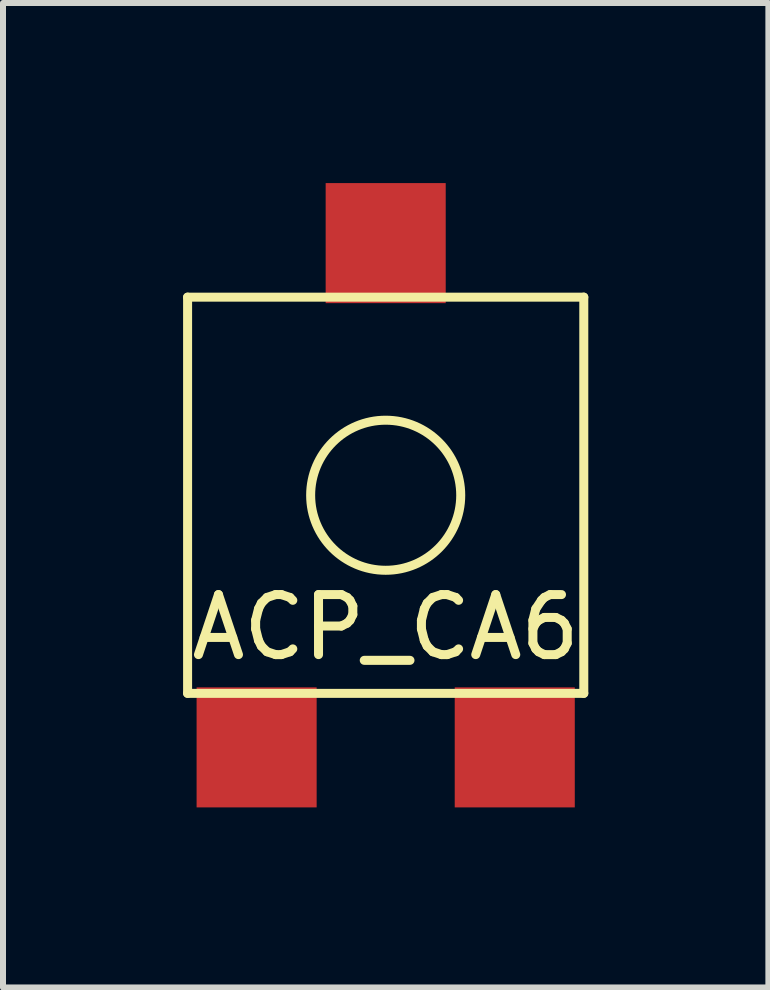
<source format=kicad_pcb>
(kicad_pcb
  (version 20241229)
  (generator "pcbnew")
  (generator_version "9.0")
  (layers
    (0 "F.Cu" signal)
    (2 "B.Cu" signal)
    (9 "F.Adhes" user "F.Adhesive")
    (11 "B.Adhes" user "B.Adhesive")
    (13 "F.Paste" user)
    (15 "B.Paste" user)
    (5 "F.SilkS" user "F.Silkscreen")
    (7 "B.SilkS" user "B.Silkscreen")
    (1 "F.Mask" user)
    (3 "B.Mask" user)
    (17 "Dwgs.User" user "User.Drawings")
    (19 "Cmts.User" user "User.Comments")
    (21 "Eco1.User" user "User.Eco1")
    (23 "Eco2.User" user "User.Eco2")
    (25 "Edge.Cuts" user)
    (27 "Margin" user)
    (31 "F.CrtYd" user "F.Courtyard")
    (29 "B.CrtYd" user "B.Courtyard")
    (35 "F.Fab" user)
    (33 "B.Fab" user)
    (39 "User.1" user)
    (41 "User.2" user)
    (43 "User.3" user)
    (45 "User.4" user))
  (footprint "ACP_CA6"
    (layer "F.Cu")
    (at 3.375 5.2)
    (property "Reference" "ACP_CA6" (at 0 2.2 0) (layer "F.SilkS") (effects (font (size 1 1) (thickness 0.15))))
    (attr through_hole)
    (fp_line (start -3.3 -3.3) (end 3.3 -3.3) (stroke (width 0.15) (type solid)) (layer "F.SilkS"))
    (fp_line (start -3.3 3.3) (end -3.3 -3.3) (stroke (width 0.15) (type solid)) (layer "F.SilkS"))
    (fp_line (start 3.3 -3.3) (end 3.3 3.3) (stroke (width 0.15) (type solid)) (layer "F.SilkS"))
    (fp_line (start 3.3 3.3) (end -3.3 3.3) (stroke (width 0.15) (type solid)) (layer "F.SilkS"))
    (fp_circle (center 0 0) (end 1.25 0) (stroke (width 0.15) (type solid)) (fill no) (layer "F.SilkS"))
    (pad "1" smd rect (at -2.15 4.2) (size 2 2) (layers "F.Cu" "F.Mask" "F.Paste"))
    (pad "2" smd rect (at 0 -4.2) (size 2 2) (layers "F.Cu" "F.Mask" "F.Paste"))
    (pad "3" smd rect (at 2.15 4.2) (size 2 2) (layers "F.Cu" "F.Mask" "F.Paste")))
  (gr_rect
    (start -3 -3)
    (end 9.75 13.4)
    (stroke (width 0.1) (type default))
    (fill no)
    (layer "Edge.Cuts")))
</source>
